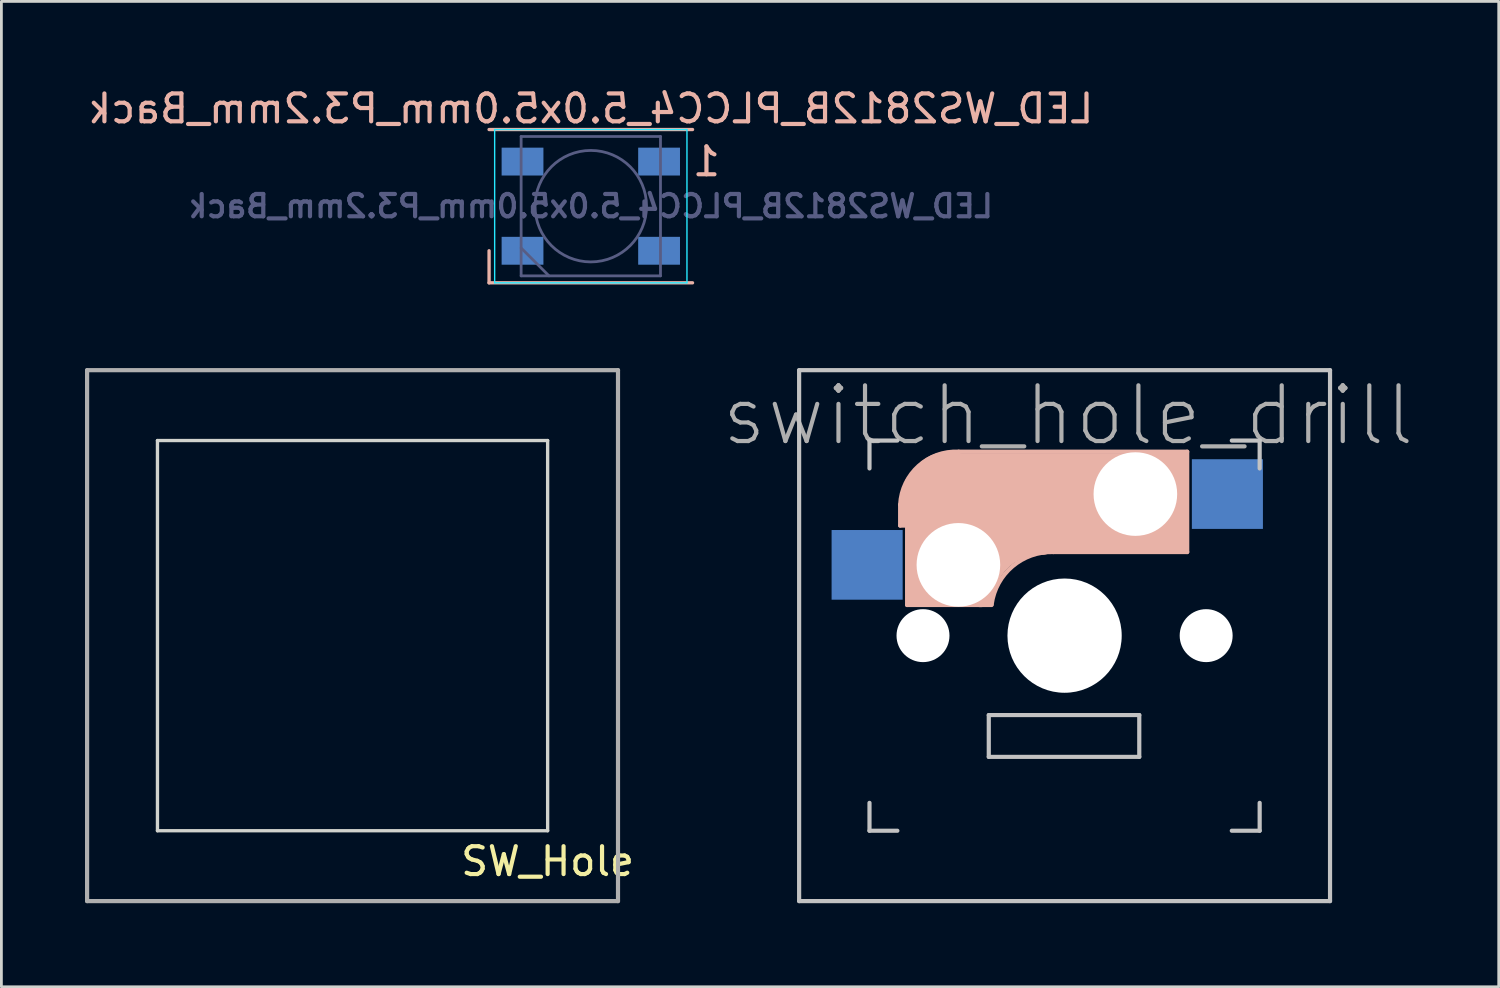
<source format=kicad_pcb>
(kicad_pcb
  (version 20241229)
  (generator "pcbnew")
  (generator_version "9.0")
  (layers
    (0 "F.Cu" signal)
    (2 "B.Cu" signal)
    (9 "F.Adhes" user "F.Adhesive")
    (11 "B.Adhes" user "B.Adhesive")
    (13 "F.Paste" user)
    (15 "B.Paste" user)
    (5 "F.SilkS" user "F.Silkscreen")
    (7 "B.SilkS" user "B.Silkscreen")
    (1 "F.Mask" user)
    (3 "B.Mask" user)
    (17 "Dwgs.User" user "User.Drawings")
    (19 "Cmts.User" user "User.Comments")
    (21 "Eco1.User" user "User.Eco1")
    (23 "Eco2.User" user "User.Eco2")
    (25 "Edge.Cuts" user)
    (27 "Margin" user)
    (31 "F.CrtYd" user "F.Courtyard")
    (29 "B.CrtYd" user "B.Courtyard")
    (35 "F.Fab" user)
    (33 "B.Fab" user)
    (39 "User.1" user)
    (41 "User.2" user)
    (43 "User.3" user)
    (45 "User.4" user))
  (footprint "switch_hole_drill"
    (layer "F.Cu")
    (at 35.149 19.758)
    (property "Reference" "switch_hole_drill" (at 0.125 -7.9 0) (layer "F.Fab") (effects (font (size 2 2) (thickness 0.15))))
    (attr through_hole)
    (fp_line (start -5.9 -4.7) (end -5.9 -3.95) (stroke (width 0.15) (type solid)) (layer "B.SilkS"))
    (fp_line (start -5.9 -3.95) (end -5.7 -3.95) (stroke (width 0.15) (type solid)) (layer "B.SilkS"))
    (fp_line (start -5.8 -4.05) (end -5.8 -4.7) (stroke (width 0.3) (type solid)) (layer "B.SilkS"))
    (fp_line (start -5.65 -5.55) (end -5.65 -1.1) (stroke (width 0.15) (type solid)) (layer "B.SilkS"))
    (fp_line (start -5.65 -1.1) (end -2.62 -1.1) (stroke (width 0.15) (type solid)) (layer "B.SilkS"))
    (fp_line (start -5.45 -1.3) (end -3 -1.3) (stroke (width 0.5) (type solid)) (layer "B.SilkS"))
    (fp_line (start -5.3 -1.6) (end -5.3 -3.4) (stroke (width 0.8) (type solid)) (layer "B.SilkS"))
    (fp_line (start -4.17 -5.1) (end -4.17 -2.86) (stroke (width 3) (type solid)) (layer "B.SilkS"))
    (fp_line (start -0.4 -3) (end 4.4 -3) (stroke (width 0.15) (type solid)) (layer "B.SilkS"))
    (fp_line (start 2.6 -4.8) (end -4.1 -4.8) (stroke (width 3.5) (type solid)) (layer "B.SilkS"))
    (fp_line (start 3.9 -6) (end 3.9 -3.5) (stroke (width 1) (type solid)) (layer "B.SilkS"))
    (fp_line (start 4.2 -3.25) (end 2.9 -3.3) (stroke (width 0.5) (type solid)) (layer "B.SilkS"))
    (fp_line (start 4.25 -6.4) (end 3 -6.4) (stroke (width 0.4) (type solid)) (layer "B.SilkS"))
    (fp_line (start 4.38 -4) (end 4.38 -6.25) (stroke (width 0.15) (type solid)) (layer "B.SilkS"))
    (fp_line (start 4.4 -6.6) (end -3.8 -6.6) (stroke (width 0.15) (type solid)) (layer "B.SilkS"))
    (fp_line (start 4.4 -3) (end 4.4 -6.6) (stroke (width 0.15) (type solid)) (layer "B.SilkS"))
    (fp_arc (start -5.9 -4.699999) (mid -5.243504 -6.084924) (end -3.800001 -6.6) (stroke (width 0.15) (type solid)) (layer "B.SilkS"))
    (fp_arc (start -3.016318 -1.521471) (mid -2.268709 -2.886118) (end -0.8 -3.4) (stroke (width 1) (type solid)) (layer "B.SilkS"))
    (fp_arc (start -2.616318 -1.121471) (mid -1.868709 -2.486118) (end -0.4 -3) (stroke (width 0.15) (type solid)) (layer "B.SilkS"))
    (fp_line (start -9.525 -9.525) (end 9.525 -9.525) (stroke (width 0.15) (type solid)) (layer "Dwgs.User"))
    (fp_line (start -9.525 9.525) (end -9.525 -9.525) (stroke (width 0.15) (type solid)) (layer "Dwgs.User"))
    (fp_line (start -7 -7) (end -6 -7) (stroke (width 0.15) (type solid)) (layer "Dwgs.User"))
    (fp_line (start -7 -6) (end -7 -7) (stroke (width 0.15) (type solid)) (layer "Dwgs.User"))
    (fp_line (start -7 6) (end -7 7) (stroke (width 0.15) (type solid)) (layer "Dwgs.User"))
    (fp_line (start -7 7) (end -6 7) (stroke (width 0.15) (type solid)) (layer "Dwgs.User"))
    (fp_line (start -2.72 2.85) (end -2.72 4.35) (stroke (width 0.15) (type solid)) (layer "Dwgs.User"))
    (fp_line (start -2.72 4.35) (end 2.68 4.35) (stroke (width 0.15) (type solid)) (layer "Dwgs.User"))
    (fp_line (start 2.68 2.85) (end -2.72 2.85) (stroke (width 0.15) (type solid)) (layer "Dwgs.User"))
    (fp_line (start 2.68 4.35) (end 2.68 2.85) (stroke (width 0.15) (type solid)) (layer "Dwgs.User"))
    (fp_line (start 6 7) (end 7 7) (stroke (width 0.15) (type solid)) (layer "Dwgs.User"))
    (fp_line (start 7 -7) (end 6 -7) (stroke (width 0.15) (type solid)) (layer "Dwgs.User"))
    (fp_line (start 7 -7) (end 7 -6) (stroke (width 0.15) (type solid)) (layer "Dwgs.User"))
    (fp_line (start 7 7) (end 7 6) (stroke (width 0.15) (type solid)) (layer "Dwgs.User"))
    (fp_line (start 9.525 -9.525) (end 9.525 9.525) (stroke (width 0.15) (type solid)) (layer "Dwgs.User"))
    (fp_line (start 9.525 9.525) (end -9.525 9.525) (stroke (width 0.15) (type solid)) (layer "Dwgs.User"))
    (pad "" np_thru_hole circle (at -5.08 0) (size 1.9 1.9) (drill 1.9) (layers "*.Cu" "*.Mask"))
    (pad "" np_thru_hole circle (at -3.81 -2.54) (size 3 3) (drill 3) (layers "*.Cu" "*.Mask"))
    (pad "" np_thru_hole circle (at 0 0 90) (size 4.1 4.1) (drill 4.1) (layers "*.Cu" "*.Mask"))
    (pad "" np_thru_hole circle (at 2.54 -5.08) (size 3 3) (drill 3) (layers "*.Cu" "*.Mask"))
    (pad "" np_thru_hole circle (at 5.08 0) (size 1.9 1.9) (drill 1.9) (layers "*.Cu" "*.Mask"))
    (pad "1" smd rect (at -7.085 -2.54 180) (size 2.55 2.5) (layers "B.Cu" "B.Mask" "B.Paste"))
    (pad "2" smd rect (at 5.842 -5.08 180) (size 2.55 2.5) (layers "B.Cu" "B.Mask" "B.Paste")))
  (footprint "SW_Hole"
    (layer "F.Cu")
    (at 9.6 19.758)
    (property "Reference" "SW_Hole" (at 7 8.1 0) (layer "F.SilkS") (effects (font (size 1 1) (thickness 0.15))))
    (attr through_hole)
    (fp_line (start -7 -7) (end -7 7) (stroke (width 0.12) (type solid)) (layer "Edge.Cuts"))
    (fp_line (start -7 7) (end 7 7) (stroke (width 0.12) (type solid)) (layer "Edge.Cuts"))
    (fp_line (start 7 -7) (end -7 -7) (stroke (width 0.12) (type solid)) (layer "Edge.Cuts"))
    (fp_line (start 7 7) (end 7 -7) (stroke (width 0.12) (type solid)) (layer "Edge.Cuts"))
    (fp_line (start -9.525 -9.525) (end -9.525 9.525) (stroke (width 0.15) (type solid)) (layer "F.Fab"))
    (fp_line (start -9.525 9.525) (end 9.525 9.525) (stroke (width 0.15) (type solid)) (layer "F.Fab"))
    (fp_line (start 9.525 -9.525) (end -9.525 -9.525) (stroke (width 0.15) (type solid)) (layer "F.Fab"))
    (fp_line (start 9.525 9.525) (end 9.525 -9.525) (stroke (width 0.15) (type solid)) (layer "F.Fab")))
  (footprint "LED_WS2812B_PLCC4_5.0x5.0mm_P3.2mm_Back"
    (layer "F.Cu")
    (at 18.149 4.348)
    (property "Reference" "LED_WS2812B_PLCC4_5.0x5.0mm_P3.2mm_Back" (at 0 -3.5 0) (layer "B.SilkS") (effects (font (size 1 1) (thickness 0.15)) (justify mirror)))
    (attr smd)
    (fp_line (start -3.65 2.75) (end -3.65 1.6) (stroke (width 0.12) (type solid)) (layer "B.SilkS"))
    (fp_line (start 3.65 -2.75) (end -3.65 -2.75) (stroke (width 0.12) (type solid)) (layer "B.SilkS"))
    (fp_line (start 3.65 2.75) (end -3.65 2.75) (stroke (width 0.12) (type solid)) (layer "B.SilkS"))
    (fp_line (start -3.45 -2.75) (end 3.45 -2.75) (stroke (width 0.05) (type solid)) (layer "B.CrtYd"))
    (fp_line (start -3.45 2.75) (end -3.45 -2.75) (stroke (width 0.05) (type solid)) (layer "B.CrtYd"))
    (fp_line (start 3.45 -2.75) (end 3.45 2.75) (stroke (width 0.05) (type solid)) (layer "B.CrtYd"))
    (fp_line (start 3.45 2.75) (end -3.45 2.75) (stroke (width 0.05) (type solid)) (layer "B.CrtYd"))
    (fp_line (start -2.5 -2.5) (end 2.5 -2.5) (stroke (width 0.1) (type solid)) (layer "B.Fab"))
    (fp_line (start -2.5 1.5) (end -1.5 2.5) (stroke (width 0.1) (type solid)) (layer "B.Fab"))
    (fp_line (start -2.5 2.5) (end -2.5 -2.5) (stroke (width 0.1) (type solid)) (layer "B.Fab"))
    (fp_line (start 2.5 -2.5) (end 2.5 2.5) (stroke (width 0.1) (type solid)) (layer "B.Fab"))
    (fp_line (start 2.5 2.5) (end -2.5 2.5) (stroke (width 0.1) (type solid)) (layer "B.Fab"))
    (fp_circle (center 0 0) (end 0 -2) (stroke (width 0.1) (type solid)) (fill no) (layer "B.Fab"))
    (fp_text user "1" (at 4.15 -1.6 0) (layer "B.SilkS") (effects (font (size 1 1) (thickness 0.15)) (justify mirror)))
    (fp_text user "${REFERENCE}" (at 0 0 0) (layer "B.Fab") (effects (font (size 0.8 0.8) (thickness 0.15)) (justify mirror)))
    (pad "1" smd rect (at 2.45 -1.6) (size 1.5 1) (layers "B.Cu" "B.Mask" "B.Paste"))
    (pad "2" smd rect (at 2.45 1.6) (size 1.5 1) (layers "B.Cu" "B.Mask" "B.Paste"))
    (pad "3" smd rect (at -2.45 1.6) (size 1.5 1) (layers "B.Cu" "B.Mask" "B.Paste"))
    (pad "4" smd rect (at -2.45 -1.6) (size 1.5 1) (layers "B.Cu" "B.Mask" "B.Paste")))
  (gr_rect
    (start -3 -3)
    (end 50.727 32.358)
    (stroke (width 0.1) (type default))
    (fill no)
    (layer "Edge.Cuts")))
</source>
